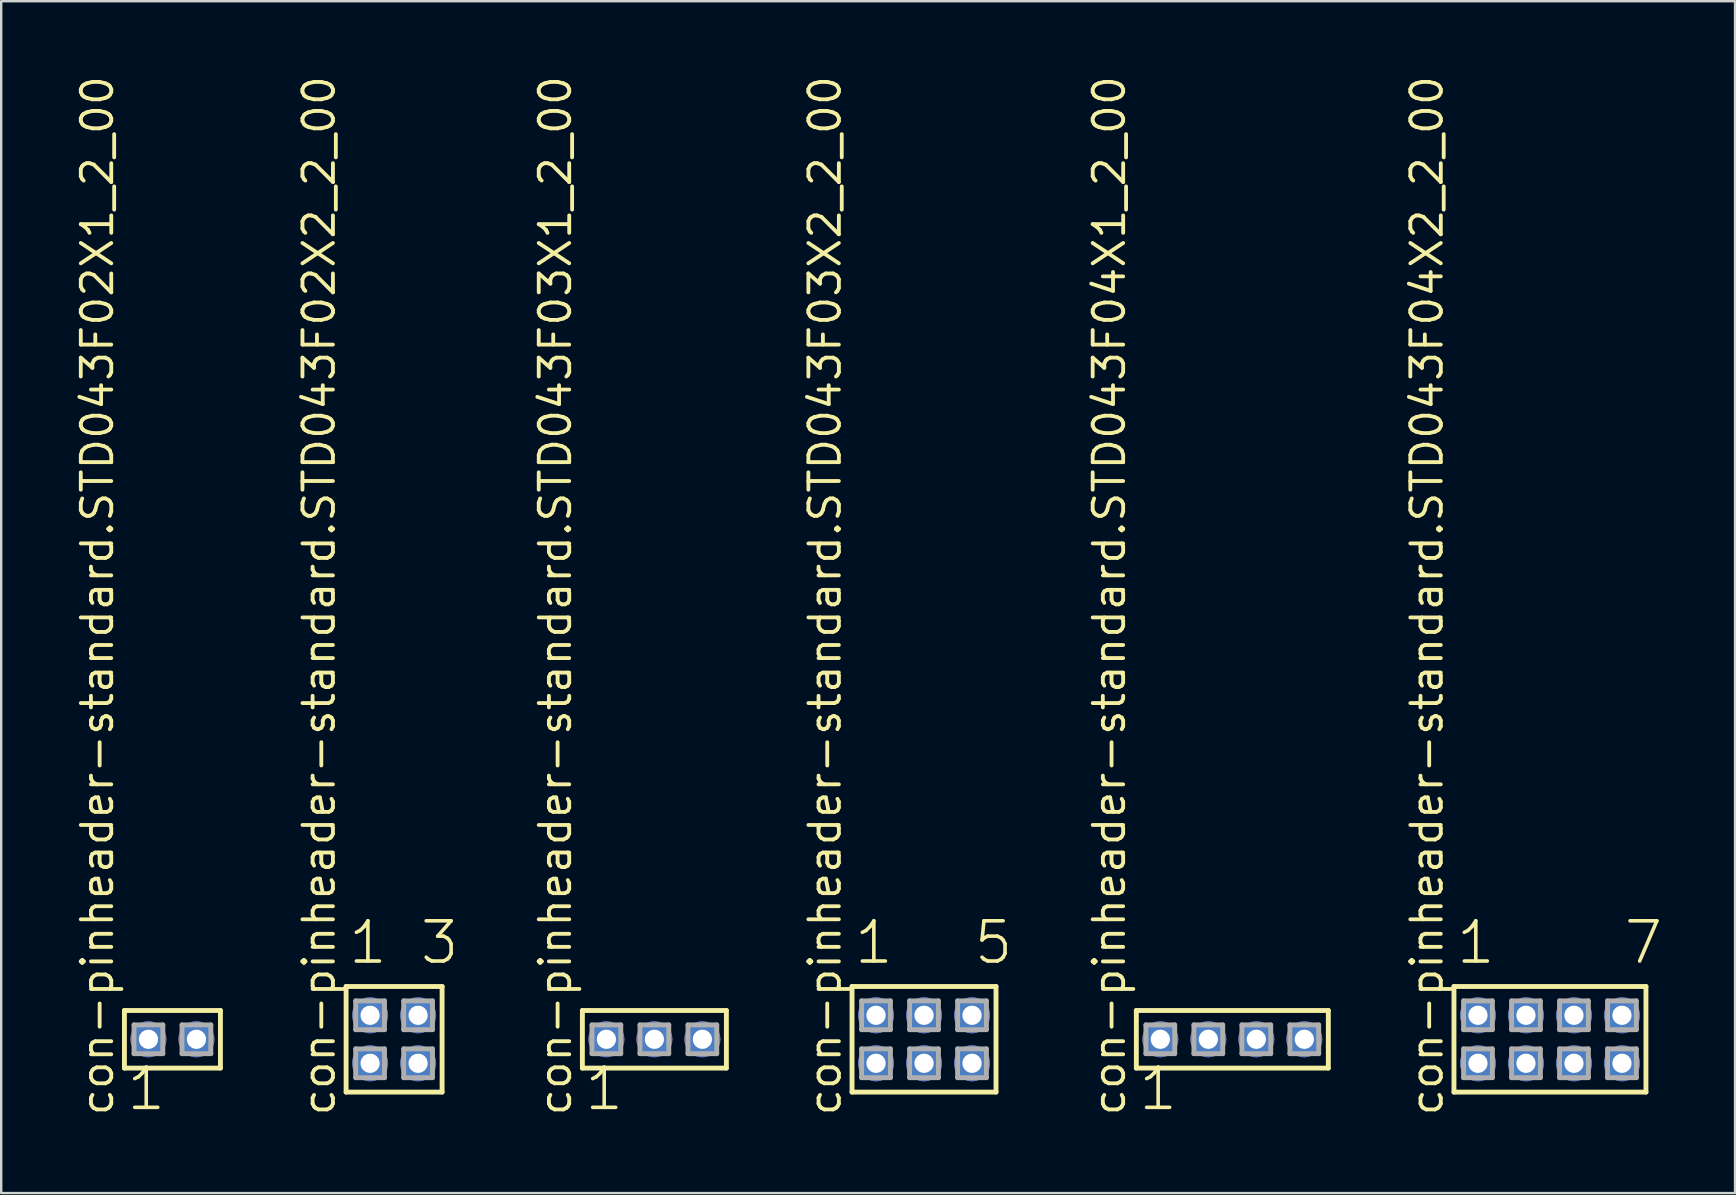
<source format=kicad_pcb>
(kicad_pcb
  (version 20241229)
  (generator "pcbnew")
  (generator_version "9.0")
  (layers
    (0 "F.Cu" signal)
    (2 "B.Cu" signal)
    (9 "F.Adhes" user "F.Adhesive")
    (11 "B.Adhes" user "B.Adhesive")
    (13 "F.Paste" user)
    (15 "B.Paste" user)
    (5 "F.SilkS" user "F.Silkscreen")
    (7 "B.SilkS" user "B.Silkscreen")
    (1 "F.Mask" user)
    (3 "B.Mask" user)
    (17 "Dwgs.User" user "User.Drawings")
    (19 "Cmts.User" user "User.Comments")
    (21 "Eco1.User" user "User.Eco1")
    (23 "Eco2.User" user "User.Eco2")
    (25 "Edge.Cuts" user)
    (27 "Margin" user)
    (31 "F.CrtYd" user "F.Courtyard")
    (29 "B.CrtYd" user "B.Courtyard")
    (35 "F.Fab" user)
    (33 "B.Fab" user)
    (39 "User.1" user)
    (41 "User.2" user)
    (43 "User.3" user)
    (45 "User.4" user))
  (footprint "con-pinheader-standard.STD043F04X1_2_00"
    (layer "F.Cu")
    (at 48.301 40.257)
    (property "Reference" "con-pinheader-standard.STD043F04X1_2_00" (at -4.385 3.27 90) (layer "F.SilkS") (effects (font (size 1.27 1.27) (thickness 0.16)) (justify left bottom)))
    (attr through_hole)
    (fp_line (start -4 -1.2) (end 4 -1.2) (stroke (width 0.203) (type default)) (layer "F.SilkS"))
    (fp_line (start -4 1.2) (end -4 -1.2) (stroke (width 0.203) (type default)) (layer "F.SilkS"))
    (fp_line (start 4 -1.2) (end 4 1.2) (stroke (width 0.203) (type default)) (layer "F.SilkS"))
    (fp_line (start 4 1.2) (end -4 1.2) (stroke (width 0.203) (type default)) (layer "F.SilkS"))
    (fp_line (start -3.6 -0.6) (end -2.4 -0.6) (stroke (width 0.203) (type default)) (layer "F.Fab"))
    (fp_line (start -3.6 0.6) (end -3.6 -0.6) (stroke (width 0.203) (type default)) (layer "F.Fab"))
    (fp_line (start -2.4 -0.6) (end -2.4 0.6) (stroke (width 0.203) (type default)) (layer "F.Fab"))
    (fp_line (start -2.4 0.6) (end -3.6 0.6) (stroke (width 0.203) (type default)) (layer "F.Fab"))
    (fp_line (start -1.6 -0.6) (end -0.4 -0.6) (stroke (width 0.203) (type default)) (layer "F.Fab"))
    (fp_line (start -1.6 0.6) (end -1.6 -0.6) (stroke (width 0.203) (type default)) (layer "F.Fab"))
    (fp_line (start -0.4 -0.6) (end -0.4 0.6) (stroke (width 0.203) (type default)) (layer "F.Fab"))
    (fp_line (start -0.4 0.6) (end -1.6 0.6) (stroke (width 0.203) (type default)) (layer "F.Fab"))
    (fp_line (start 0.4 -0.6) (end 1.6 -0.6) (stroke (width 0.203) (type default)) (layer "F.Fab"))
    (fp_line (start 0.4 0.6) (end 0.4 -0.6) (stroke (width 0.203) (type default)) (layer "F.Fab"))
    (fp_line (start 1.6 -0.6) (end 1.6 0.6) (stroke (width 0.203) (type default)) (layer "F.Fab"))
    (fp_line (start 1.6 0.6) (end 0.4 0.6) (stroke (width 0.203) (type default)) (layer "F.Fab"))
    (fp_line (start 2.4 -0.6) (end 3.6 -0.6) (stroke (width 0.203) (type default)) (layer "F.Fab"))
    (fp_line (start 2.4 0.6) (end 2.4 -0.6) (stroke (width 0.203) (type default)) (layer "F.Fab"))
    (fp_line (start 3.6 -0.6) (end 3.6 0.6) (stroke (width 0.203) (type default)) (layer "F.Fab"))
    (fp_line (start 3.6 0.6) (end 2.4 0.6) (stroke (width 0.203) (type default)) (layer "F.Fab"))
    (fp_text user "1" (at -3.988 3.048 0) (layer "F.SilkS") (effects (font (size 1.676 1.676) (thickness 0.15)) (justify left bottom)))
    (pad "1" thru_hole circle (at -3 0) (size 1.5 1.5) (drill 0.8) (layers "*.Cu" "*.Mask"))
    (pad "2" thru_hole circle (at -1 0) (size 1.5 1.5) (drill 0.8) (layers "*.Cu" "*.Mask"))
    (pad "3" thru_hole circle (at 1 0) (size 1.5 1.5) (drill 0.8) (layers "*.Cu" "*.Mask"))
    (pad "4" thru_hole circle (at 3 0) (size 1.5 1.5) (drill 0.8) (layers "*.Cu" "*.Mask")))
  (footprint "con-pinheader-standard.STD043F03X2_2_00"
    (layer "F.Cu")
    (at 35.454 40.257)
    (property "Reference" "con-pinheader-standard.STD043F03X2_2_00" (at -3.385 3.27 90) (layer "F.SilkS") (effects (font (size 1.27 1.27) (thickness 0.16)) (justify left bottom)))
    (attr through_hole)
    (fp_line (start -3 -2.2) (end 3 -2.2) (stroke (width 0.203) (type default)) (layer "F.SilkS"))
    (fp_line (start -3 2.2) (end -3 -2.2) (stroke (width 0.203) (type default)) (layer "F.SilkS"))
    (fp_line (start 3 -2.2) (end 3 2.2) (stroke (width 0.203) (type default)) (layer "F.SilkS"))
    (fp_line (start 3 2.2) (end -3 2.2) (stroke (width 0.203) (type default)) (layer "F.SilkS"))
    (fp_line (start -2.6 -1.6) (end -1.4 -1.6) (stroke (width 0.203) (type default)) (layer "F.Fab"))
    (fp_line (start -2.6 -0.4) (end -2.6 -1.6) (stroke (width 0.203) (type default)) (layer "F.Fab"))
    (fp_line (start -2.6 0.4) (end -1.4 0.4) (stroke (width 0.203) (type default)) (layer "F.Fab"))
    (fp_line (start -2.6 1.6) (end -2.6 0.4) (stroke (width 0.203) (type default)) (layer "F.Fab"))
    (fp_line (start -1.4 -1.6) (end -1.4 -0.4) (stroke (width 0.203) (type default)) (layer "F.Fab"))
    (fp_line (start -1.4 -0.4) (end -2.6 -0.4) (stroke (width 0.203) (type default)) (layer "F.Fab"))
    (fp_line (start -1.4 0.4) (end -1.4 1.6) (stroke (width 0.203) (type default)) (layer "F.Fab"))
    (fp_line (start -1.4 1.6) (end -2.6 1.6) (stroke (width 0.203) (type default)) (layer "F.Fab"))
    (fp_line (start -0.6 -1.6) (end 0.6 -1.6) (stroke (width 0.203) (type default)) (layer "F.Fab"))
    (fp_line (start -0.6 -0.4) (end -0.6 -1.6) (stroke (width 0.203) (type default)) (layer "F.Fab"))
    (fp_line (start -0.6 0.4) (end 0.6 0.4) (stroke (width 0.203) (type default)) (layer "F.Fab"))
    (fp_line (start -0.6 1.6) (end -0.6 0.4) (stroke (width 0.203) (type default)) (layer "F.Fab"))
    (fp_line (start 0.6 -1.6) (end 0.6 -0.4) (stroke (width 0.203) (type default)) (layer "F.Fab"))
    (fp_line (start 0.6 -0.4) (end -0.6 -0.4) (stroke (width 0.203) (type default)) (layer "F.Fab"))
    (fp_line (start 0.6 0.4) (end 0.6 1.6) (stroke (width 0.203) (type default)) (layer "F.Fab"))
    (fp_line (start 0.6 1.6) (end -0.6 1.6) (stroke (width 0.203) (type default)) (layer "F.Fab"))
    (fp_line (start 1.4 -1.6) (end 2.6 -1.6) (stroke (width 0.203) (type default)) (layer "F.Fab"))
    (fp_line (start 1.4 -0.4) (end 1.4 -1.6) (stroke (width 0.203) (type default)) (layer "F.Fab"))
    (fp_line (start 1.4 0.4) (end 2.6 0.4) (stroke (width 0.203) (type default)) (layer "F.Fab"))
    (fp_line (start 1.4 1.6) (end 1.4 0.4) (stroke (width 0.203) (type default)) (layer "F.Fab"))
    (fp_line (start 2.6 -1.6) (end 2.6 -0.4) (stroke (width 0.203) (type default)) (layer "F.Fab"))
    (fp_line (start 2.6 -0.4) (end 1.4 -0.4) (stroke (width 0.203) (type default)) (layer "F.Fab"))
    (fp_line (start 2.6 0.4) (end 2.6 1.6) (stroke (width 0.203) (type default)) (layer "F.Fab"))
    (fp_line (start 2.6 1.6) (end 1.4 1.6) (stroke (width 0.203) (type default)) (layer "F.Fab"))
    (fp_text user "1" (at -2.988 -3.048 0) (layer "F.SilkS") (effects (font (size 1.676 1.676) (thickness 0.15)) (justify left bottom)))
    (fp_text user "5" (at 2 -3.048 0) (layer "F.SilkS") (effects (font (size 1.676 1.676) (thickness 0.15)) (justify left bottom)))
    (pad "1" thru_hole circle (at -2 -1) (size 1.5 1.5) (drill 0.8) (layers "*.Cu" "*.Mask"))
    (pad "2" thru_hole circle (at -2 1) (size 1.5 1.5) (drill 0.8) (layers "*.Cu" "*.Mask"))
    (pad "3" thru_hole circle (at 0 -1) (size 1.5 1.5) (drill 0.8) (layers "*.Cu" "*.Mask"))
    (pad "4" thru_hole circle (at 0 1) (size 1.5 1.5) (drill 0.8) (layers "*.Cu" "*.Mask"))
    (pad "5" thru_hole circle (at 2 -1) (size 1.5 1.5) (drill 0.8) (layers "*.Cu" "*.Mask"))
    (pad "6" thru_hole circle (at 2 1) (size 1.5 1.5) (drill 0.8) (layers "*.Cu" "*.Mask")))
  (footprint "con-pinheader-standard.STD043F02X2_2_00"
    (layer "F.Cu")
    (at 13.372 40.257)
    (property "Reference" "con-pinheader-standard.STD043F02X2_2_00" (at -2.385 3.27 90) (layer "F.SilkS") (effects (font (size 1.27 1.27) (thickness 0.16)) (justify left bottom)))
    (attr through_hole)
    (fp_line (start -2 -2.2) (end 2 -2.2) (stroke (width 0.203) (type default)) (layer "F.SilkS"))
    (fp_line (start -2 2.2) (end -2 -2.2) (stroke (width 0.203) (type default)) (layer "F.SilkS"))
    (fp_line (start 2 -2.2) (end 2 2.2) (stroke (width 0.203) (type default)) (layer "F.SilkS"))
    (fp_line (start 2 2.2) (end -2 2.2) (stroke (width 0.203) (type default)) (layer "F.SilkS"))
    (fp_line (start -1.6 -1.6) (end -0.4 -1.6) (stroke (width 0.203) (type default)) (layer "F.Fab"))
    (fp_line (start -1.6 -0.4) (end -1.6 -1.6) (stroke (width 0.203) (type default)) (layer "F.Fab"))
    (fp_line (start -1.6 0.4) (end -0.4 0.4) (stroke (width 0.203) (type default)) (layer "F.Fab"))
    (fp_line (start -1.6 1.6) (end -1.6 0.4) (stroke (width 0.203) (type default)) (layer "F.Fab"))
    (fp_line (start -0.4 -1.6) (end -0.4 -0.4) (stroke (width 0.203) (type default)) (layer "F.Fab"))
    (fp_line (start -0.4 -0.4) (end -1.6 -0.4) (stroke (width 0.203) (type default)) (layer "F.Fab"))
    (fp_line (start -0.4 0.4) (end -0.4 1.6) (stroke (width 0.203) (type default)) (layer "F.Fab"))
    (fp_line (start -0.4 1.6) (end -1.6 1.6) (stroke (width 0.203) (type default)) (layer "F.Fab"))
    (fp_line (start 0.4 -1.6) (end 1.6 -1.6) (stroke (width 0.203) (type default)) (layer "F.Fab"))
    (fp_line (start 0.4 -0.4) (end 0.4 -1.6) (stroke (width 0.203) (type default)) (layer "F.Fab"))
    (fp_line (start 0.4 0.4) (end 1.6 0.4) (stroke (width 0.203) (type default)) (layer "F.Fab"))
    (fp_line (start 0.4 1.6) (end 0.4 0.4) (stroke (width 0.203) (type default)) (layer "F.Fab"))
    (fp_line (start 1.6 -1.6) (end 1.6 -0.4) (stroke (width 0.203) (type default)) (layer "F.Fab"))
    (fp_line (start 1.6 -0.4) (end 0.4 -0.4) (stroke (width 0.203) (type default)) (layer "F.Fab"))
    (fp_line (start 1.6 0.4) (end 1.6 1.6) (stroke (width 0.203) (type default)) (layer "F.Fab"))
    (fp_line (start 1.6 1.6) (end 0.4 1.6) (stroke (width 0.203) (type default)) (layer "F.Fab"))
    (fp_text user "1" (at -1.988 -3.048 0) (layer "F.SilkS") (effects (font (size 1.676 1.676) (thickness 0.15)) (justify left bottom)))
    (fp_text user "3" (at 1 -3.048 0) (layer "F.SilkS") (effects (font (size 1.676 1.676) (thickness 0.15)) (justify left bottom)))
    (pad "1" thru_hole circle (at -1 -1) (size 1.5 1.5) (drill 0.8) (layers "*.Cu" "*.Mask"))
    (pad "2" thru_hole circle (at -1 1) (size 1.5 1.5) (drill 0.8) (layers "*.Cu" "*.Mask"))
    (pad "3" thru_hole circle (at 1 -1) (size 1.5 1.5) (drill 0.8) (layers "*.Cu" "*.Mask"))
    (pad "4" thru_hole circle (at 1 1) (size 1.5 1.5) (drill 0.8) (layers "*.Cu" "*.Mask")))
  (footprint "con-pinheader-standard.STD043F02X1_2_00"
    (layer "F.Cu")
    (at 4.135 40.257)
    (property "Reference" "con-pinheader-standard.STD043F02X1_2_00" (at -2.385 3.27 90) (layer "F.SilkS") (effects (font (size 1.27 1.27) (thickness 0.16)) (justify left bottom)))
    (attr through_hole)
    (fp_line (start -2 -1.2) (end 2 -1.2) (stroke (width 0.203) (type default)) (layer "F.SilkS"))
    (fp_line (start -2 1.2) (end -2 -1.2) (stroke (width 0.203) (type default)) (layer "F.SilkS"))
    (fp_line (start 2 -1.2) (end 2 1.2) (stroke (width 0.203) (type default)) (layer "F.SilkS"))
    (fp_line (start 2 1.2) (end -2 1.2) (stroke (width 0.203) (type default)) (layer "F.SilkS"))
    (fp_line (start -1.6 -0.6) (end -0.4 -0.6) (stroke (width 0.203) (type default)) (layer "F.Fab"))
    (fp_line (start -1.6 0.6) (end -1.6 -0.6) (stroke (width 0.203) (type default)) (layer "F.Fab"))
    (fp_line (start -0.4 -0.6) (end -0.4 0.6) (stroke (width 0.203) (type default)) (layer "F.Fab"))
    (fp_line (start -0.4 0.6) (end -1.6 0.6) (stroke (width 0.203) (type default)) (layer "F.Fab"))
    (fp_line (start 0.4 -0.6) (end 1.6 -0.6) (stroke (width 0.203) (type default)) (layer "F.Fab"))
    (fp_line (start 0.4 0.6) (end 0.4 -0.6) (stroke (width 0.203) (type default)) (layer "F.Fab"))
    (fp_line (start 1.6 -0.6) (end 1.6 0.6) (stroke (width 0.203) (type default)) (layer "F.Fab"))
    (fp_line (start 1.6 0.6) (end 0.4 0.6) (stroke (width 0.203) (type default)) (layer "F.Fab"))
    (fp_text user "1" (at -1.988 3.048 0) (layer "F.SilkS") (effects (font (size 1.676 1.676) (thickness 0.15)) (justify left bottom)))
    (pad "1" thru_hole circle (at -1 0) (size 1.5 1.5) (drill 0.8) (layers "*.Cu" "*.Mask"))
    (pad "2" thru_hole circle (at 1 0) (size 1.5 1.5) (drill 0.8) (layers "*.Cu" "*.Mask")))
  (footprint "con-pinheader-standard.STD043F04X2_2_00"
    (layer "F.Cu")
    (at 61.537 40.257)
    (property "Reference" "con-pinheader-standard.STD043F04X2_2_00" (at -4.385 3.27 90) (layer "F.SilkS") (effects (font (size 1.27 1.27) (thickness 0.16)) (justify left bottom)))
    (attr through_hole)
    (fp_line (start -4 -2.2) (end 4 -2.2) (stroke (width 0.203) (type default)) (layer "F.SilkS"))
    (fp_line (start -4 2.2) (end -4 -2.2) (stroke (width 0.203) (type default)) (layer "F.SilkS"))
    (fp_line (start 4 -2.2) (end 4 2.2) (stroke (width 0.203) (type default)) (layer "F.SilkS"))
    (fp_line (start 4 2.2) (end -4 2.2) (stroke (width 0.203) (type default)) (layer "F.SilkS"))
    (fp_line (start -3.6 -1.6) (end -2.4 -1.6) (stroke (width 0.203) (type default)) (layer "F.Fab"))
    (fp_line (start -3.6 -0.4) (end -3.6 -1.6) (stroke (width 0.203) (type default)) (layer "F.Fab"))
    (fp_line (start -3.6 0.4) (end -2.4 0.4) (stroke (width 0.203) (type default)) (layer "F.Fab"))
    (fp_line (start -3.6 1.6) (end -3.6 0.4) (stroke (width 0.203) (type default)) (layer "F.Fab"))
    (fp_line (start -2.4 -1.6) (end -2.4 -0.4) (stroke (width 0.203) (type default)) (layer "F.Fab"))
    (fp_line (start -2.4 -0.4) (end -3.6 -0.4) (stroke (width 0.203) (type default)) (layer "F.Fab"))
    (fp_line (start -2.4 0.4) (end -2.4 1.6) (stroke (width 0.203) (type default)) (layer "F.Fab"))
    (fp_line (start -2.4 1.6) (end -3.6 1.6) (stroke (width 0.203) (type default)) (layer "F.Fab"))
    (fp_line (start -1.6 -1.6) (end -0.4 -1.6) (stroke (width 0.203) (type default)) (layer "F.Fab"))
    (fp_line (start -1.6 -0.4) (end -1.6 -1.6) (stroke (width 0.203) (type default)) (layer "F.Fab"))
    (fp_line (start -1.6 0.4) (end -0.4 0.4) (stroke (width 0.203) (type default)) (layer "F.Fab"))
    (fp_line (start -1.6 1.6) (end -1.6 0.4) (stroke (width 0.203) (type default)) (layer "F.Fab"))
    (fp_line (start -0.4 -1.6) (end -0.4 -0.4) (stroke (width 0.203) (type default)) (layer "F.Fab"))
    (fp_line (start -0.4 -0.4) (end -1.6 -0.4) (stroke (width 0.203) (type default)) (layer "F.Fab"))
    (fp_line (start -0.4 0.4) (end -0.4 1.6) (stroke (width 0.203) (type default)) (layer "F.Fab"))
    (fp_line (start -0.4 1.6) (end -1.6 1.6) (stroke (width 0.203) (type default)) (layer "F.Fab"))
    (fp_line (start 0.4 -1.6) (end 1.6 -1.6) (stroke (width 0.203) (type default)) (layer "F.Fab"))
    (fp_line (start 0.4 -0.4) (end 0.4 -1.6) (stroke (width 0.203) (type default)) (layer "F.Fab"))
    (fp_line (start 0.4 0.4) (end 1.6 0.4) (stroke (width 0.203) (type default)) (layer "F.Fab"))
    (fp_line (start 0.4 1.6) (end 0.4 0.4) (stroke (width 0.203) (type default)) (layer "F.Fab"))
    (fp_line (start 1.6 -1.6) (end 1.6 -0.4) (stroke (width 0.203) (type default)) (layer "F.Fab"))
    (fp_line (start 1.6 -0.4) (end 0.4 -0.4) (stroke (width 0.203) (type default)) (layer "F.Fab"))
    (fp_line (start 1.6 0.4) (end 1.6 1.6) (stroke (width 0.203) (type default)) (layer "F.Fab"))
    (fp_line (start 1.6 1.6) (end 0.4 1.6) (stroke (width 0.203) (type default)) (layer "F.Fab"))
    (fp_line (start 2.4 -1.6) (end 3.6 -1.6) (stroke (width 0.203) (type default)) (layer "F.Fab"))
    (fp_line (start 2.4 -0.4) (end 2.4 -1.6) (stroke (width 0.203) (type default)) (layer "F.Fab"))
    (fp_line (start 2.4 0.4) (end 3.6 0.4) (stroke (width 0.203) (type default)) (layer "F.Fab"))
    (fp_line (start 2.4 1.6) (end 2.4 0.4) (stroke (width 0.203) (type default)) (layer "F.Fab"))
    (fp_line (start 3.6 -1.6) (end 3.6 -0.4) (stroke (width 0.203) (type default)) (layer "F.Fab"))
    (fp_line (start 3.6 -0.4) (end 2.4 -0.4) (stroke (width 0.203) (type default)) (layer "F.Fab"))
    (fp_line (start 3.6 0.4) (end 3.6 1.6) (stroke (width 0.203) (type default)) (layer "F.Fab"))
    (fp_line (start 3.6 1.6) (end 2.4 1.6) (stroke (width 0.203) (type default)) (layer "F.Fab"))
    (fp_text user "7" (at 3 -3.048 0) (layer "F.SilkS") (effects (font (size 1.676 1.676) (thickness 0.15)) (justify left bottom)))
    (fp_text user "1" (at -3.988 -3.048 0) (layer "F.SilkS") (effects (font (size 1.676 1.676) (thickness 0.15)) (justify left bottom)))
    (pad "1" thru_hole circle (at -3 -1) (size 1.5 1.5) (drill 0.8) (layers "*.Cu" "*.Mask"))
    (pad "2" thru_hole circle (at -3 1) (size 1.5 1.5) (drill 0.8) (layers "*.Cu" "*.Mask"))
    (pad "3" thru_hole circle (at -1 -1) (size 1.5 1.5) (drill 0.8) (layers "*.Cu" "*.Mask"))
    (pad "4" thru_hole circle (at -1 1) (size 1.5 1.5) (drill 0.8) (layers "*.Cu" "*.Mask"))
    (pad "5" thru_hole circle (at 1 -1) (size 1.5 1.5) (drill 0.8) (layers "*.Cu" "*.Mask"))
    (pad "6" thru_hole circle (at 1 1) (size 1.5 1.5) (drill 0.8) (layers "*.Cu" "*.Mask"))
    (pad "7" thru_hole circle (at 3 -1) (size 1.5 1.5) (drill 0.8) (layers "*.Cu" "*.Mask"))
    (pad "8" thru_hole circle (at 3 1) (size 1.5 1.5) (drill 0.8) (layers "*.Cu" "*.Mask")))
  (footprint "con-pinheader-standard.STD043F03X1_2_00"
    (layer "F.Cu")
    (at 24.218 40.257)
    (property "Reference" "con-pinheader-standard.STD043F03X1_2_00" (at -3.385 3.27 90) (layer "F.SilkS") (effects (font (size 1.27 1.27) (thickness 0.16)) (justify left bottom)))
    (attr through_hole)
    (fp_line (start -3 -1.2) (end 3 -1.2) (stroke (width 0.203) (type default)) (layer "F.SilkS"))
    (fp_line (start -3 1.2) (end -3 -1.2) (stroke (width 0.203) (type default)) (layer "F.SilkS"))
    (fp_line (start 3 -1.2) (end 3 1.2) (stroke (width 0.203) (type default)) (layer "F.SilkS"))
    (fp_line (start 3 1.2) (end -3 1.2) (stroke (width 0.203) (type default)) (layer "F.SilkS"))
    (fp_line (start -2.6 -0.6) (end -1.4 -0.6) (stroke (width 0.203) (type default)) (layer "F.Fab"))
    (fp_line (start -2.6 0.6) (end -2.6 -0.6) (stroke (width 0.203) (type default)) (layer "F.Fab"))
    (fp_line (start -1.4 -0.6) (end -1.4 0.6) (stroke (width 0.203) (type default)) (layer "F.Fab"))
    (fp_line (start -1.4 0.6) (end -2.6 0.6) (stroke (width 0.203) (type default)) (layer "F.Fab"))
    (fp_line (start -0.6 -0.6) (end 0.6 -0.6) (stroke (width 0.203) (type default)) (layer "F.Fab"))
    (fp_line (start -0.6 0.6) (end -0.6 -0.6) (stroke (width 0.203) (type default)) (layer "F.Fab"))
    (fp_line (start 0.6 -0.6) (end 0.6 0.6) (stroke (width 0.203) (type default)) (layer "F.Fab"))
    (fp_line (start 0.6 0.6) (end -0.6 0.6) (stroke (width 0.203) (type default)) (layer "F.Fab"))
    (fp_line (start 1.4 -0.6) (end 2.6 -0.6) (stroke (width 0.203) (type default)) (layer "F.Fab"))
    (fp_line (start 1.4 0.6) (end 1.4 -0.6) (stroke (width 0.203) (type default)) (layer "F.Fab"))
    (fp_line (start 2.6 -0.6) (end 2.6 0.6) (stroke (width 0.203) (type default)) (layer "F.Fab"))
    (fp_line (start 2.6 0.6) (end 1.4 0.6) (stroke (width 0.203) (type default)) (layer "F.Fab"))
    (fp_text user "1" (at -2.988 3.048 0) (layer "F.SilkS") (effects (font (size 1.676 1.676) (thickness 0.15)) (justify left bottom)))
    (pad "1" thru_hole circle (at -2 0) (size 1.5 1.5) (drill 0.8) (layers "*.Cu" "*.Mask"))
    (pad "2" thru_hole circle (at 0 0) (size 1.5 1.5) (drill 0.8) (layers "*.Cu" "*.Mask"))
    (pad "3" thru_hole circle (at 2 0) (size 1.5 1.5) (drill 0.8) (layers "*.Cu" "*.Mask")))
  (gr_rect
    (start -3 -3)
    (end 69.249 46.666)
    (stroke (width 0.1) (type default))
    (fill no)
    (layer "Edge.Cuts")))
</source>
